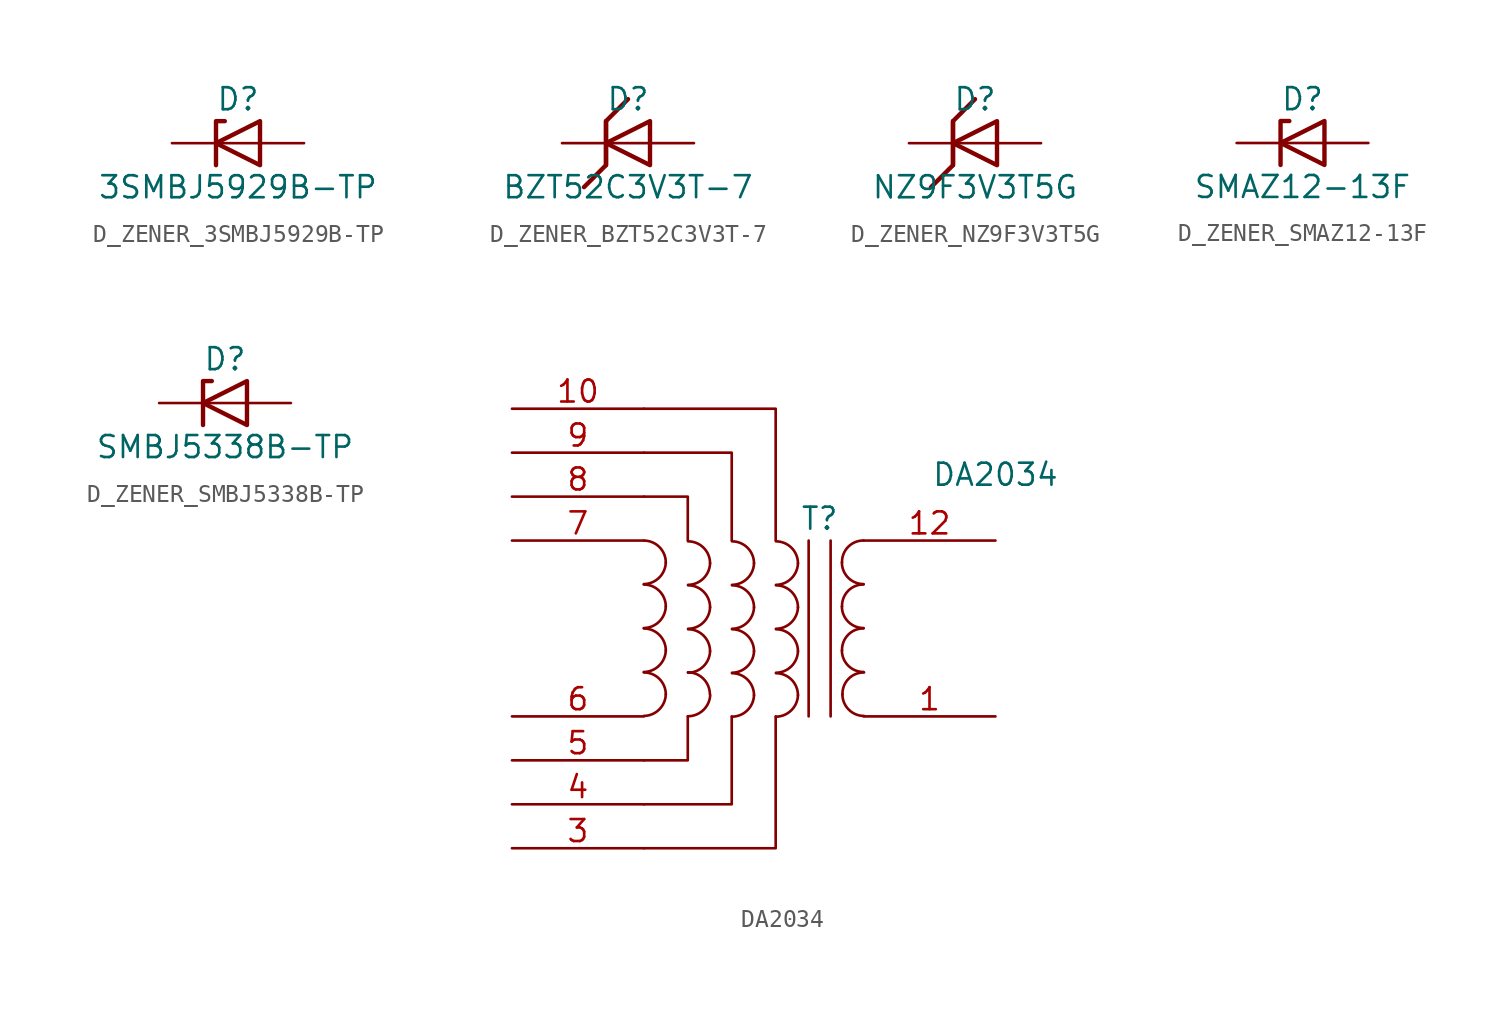
<source format=kicad_sym>
(kicad_symbol_lib
  (version 20231120)
  (generator "kicad_symbol_editor")
  (generator_version "8.0")
  (symbol "D_ZENER_3SMBJ5929B-TP"
    (pin_numbers hide)
    (pin_names
      (offset 1.016) hide)
    (property "Reference" "D"
      (at 0 2.54 0)
      (effects (font (size 1.27 1.27))))
    (property "Value" "3SMBJ5929B-TP\n"
      (at 0 -2.54 0)
      (effects (font (size 1.27 1.27))))
    (symbol "D_ZENER_3SMBJ5929B-TP_0_1"
      (polyline (pts (xy 1.27 0) (xy -1.27 0)) (stroke (width 0) (type default)) (fill (type none)))
      (polyline (pts (xy -1.27 -1.27) (xy -1.27 1.27) (xy -0.762 1.27)) (stroke (width 0.254) (type default)) (fill (type none)))
      (polyline (pts (xy 1.27 -1.27) (xy 1.27 1.27) (xy -1.27 0) (xy 1.27 -1.27)) (stroke (width 0.254) (type default)) (fill (type none))))
    (symbol "D_ZENER_3SMBJ5929B-TP_1_1"
      (pin passive line (at -3.81 0 0) (length 2.54) (name "K" (effects (font (size 1.27 1.27)))) (number "1" (effects (font (size 1.27 1.27)))))
      (pin passive line (at 3.81 0 180) (length 2.54) (name "A" (effects (font (size 1.27 1.27)))) (number "2" (effects (font (size 1.27 1.27)))))))
  (symbol "D_ZENER_BZT52C3V3T-7"
    (pin_numbers hide)
    (pin_names
      (offset 1.016) hide)
    (property "Reference" "D"
      (at 0 2.54 0)
      (effects (font (size 1.27 1.27))))
    (property "Value" "BZT52C3V3T-7"
      (at 0 -2.54 0)
      (effects (font (size 1.27 1.27))))
    (symbol "D_ZENER_BZT52C3V3T-7_0_1"
      (polyline (pts (xy 1.27 0) (xy -1.27 0)) (stroke (width 0) (type default)) (fill (type none)))
      (polyline (pts (xy -1.27 -1.27) (xy -1.27 1.27) (xy 0 2.54)) (stroke (width 0.254) (type default)) (fill (type none)))
      (polyline (pts (xy -1.27 1.27) (xy -1.27 -1.27) (xy -2.54 -2.54)) (stroke (width 0.254) (type default)) (fill (type none)))
      (polyline (pts (xy 1.27 -1.27) (xy 1.27 1.27) (xy -1.27 0) (xy 1.27 -1.27)) (stroke (width 0.254) (type default)) (fill (type none))))
    (symbol "D_ZENER_BZT52C3V3T-7_1_1"
      (pin passive line (at -3.81 0 0) (length 2.54) (name "K" (effects (font (size 1.27 1.27)))) (number "1" (effects (font (size 1.27 1.27)))))
      (pin passive line (at 3.81 0 180) (length 2.54) (name "A" (effects (font (size 1.27 1.27)))) (number "2" (effects (font (size 1.27 1.27)))))))
  (symbol "D_ZENER_NZ9F3V3T5G"
    (pin_numbers hide)
    (pin_names
      (offset 1.016) hide)
    (property "Reference" "D"
      (at 0 2.54 0)
      (effects (font (size 1.27 1.27))))
    (property "Value" "NZ9F3V3T5G"
      (at 0 -2.54 0)
      (effects (font (size 1.27 1.27))))
    (symbol "D_ZENER_NZ9F3V3T5G_0_1"
      (polyline (pts (xy 1.27 0) (xy -1.27 0)) (stroke (width 0) (type default)) (fill (type none)))
      (polyline (pts (xy -1.27 -1.27) (xy -1.27 1.27) (xy 0 2.54)) (stroke (width 0.254) (type default)) (fill (type none)))
      (polyline (pts (xy -1.27 1.27) (xy -1.27 -1.27) (xy -2.54 -2.54)) (stroke (width 0.254) (type default)) (fill (type none)))
      (polyline (pts (xy 1.27 -1.27) (xy 1.27 1.27) (xy -1.27 0) (xy 1.27 -1.27)) (stroke (width 0.254) (type default)) (fill (type none))))
    (symbol "D_ZENER_NZ9F3V3T5G_1_1"
      (pin passive line (at -3.81 0 0) (length 2.54) (name "K" (effects (font (size 1.27 1.27)))) (number "1" (effects (font (size 1.27 1.27)))))
      (pin passive line (at 3.81 0 180) (length 2.54) (name "A" (effects (font (size 1.27 1.27)))) (number "2" (effects (font (size 1.27 1.27)))))))
  (symbol "D_ZENER_SMAZ12-13F"
    (pin_numbers hide)
    (pin_names
      (offset 1.016) hide)
    (property "Reference" "D"
      (at 0 2.54 0)
      (effects (font (size 1.27 1.27))))
    (property "Value" "SMAZ12-13F"
      (at 0 -2.54 0)
      (effects (font (size 1.27 1.27))))
    (symbol "D_ZENER_SMAZ12-13F_0_1"
      (polyline (pts (xy 1.27 0) (xy -1.27 0)) (stroke (width 0) (type default)) (fill (type none)))
      (polyline (pts (xy -1.27 -1.27) (xy -1.27 1.27) (xy -0.762 1.27)) (stroke (width 0.254) (type default)) (fill (type none)))
      (polyline (pts (xy 1.27 -1.27) (xy 1.27 1.27) (xy -1.27 0) (xy 1.27 -1.27)) (stroke (width 0.254) (type default)) (fill (type none))))
    (symbol "D_ZENER_SMAZ12-13F_1_1"
      (pin passive line (at -3.81 0 0) (length 2.54) (name "K" (effects (font (size 1.27 1.27)))) (number "1" (effects (font (size 1.27 1.27)))))
      (pin passive line (at 3.81 0 180) (length 2.54) (name "A" (effects (font (size 1.27 1.27)))) (number "2" (effects (font (size 1.27 1.27)))))))
  (symbol "D_ZENER_SMBJ5338B-TP"
    (pin_numbers hide)
    (pin_names
      (offset 1.016) hide)
    (property "Reference" "D"
      (at 0 2.54 0)
      (effects (font (size 1.27 1.27))))
    (property "Value" "SMBJ5338B-TP"
      (at 0 -2.54 0)
      (effects (font (size 1.27 1.27))))
    (symbol "D_ZENER_SMBJ5338B-TP_0_1"
      (polyline (pts (xy 1.27 0) (xy -1.27 0)) (stroke (width 0) (type default)) (fill (type none)))
      (polyline (pts (xy -1.27 -1.27) (xy -1.27 1.27) (xy -0.762 1.27)) (stroke (width 0.254) (type default)) (fill (type none)))
      (polyline (pts (xy 1.27 -1.27) (xy 1.27 1.27) (xy -1.27 0) (xy 1.27 -1.27)) (stroke (width 0.254) (type default)) (fill (type none))))
    (symbol "D_ZENER_SMBJ5338B-TP_1_1"
      (pin passive line (at -3.81 0 0) (length 2.54) (name "K" (effects (font (size 1.27 1.27)))) (number "1" (effects (font (size 1.27 1.27)))))
      (pin passive line (at 3.81 0 180) (length 2.54) (name "A" (effects (font (size 1.27 1.27)))) (number "2" (effects (font (size 1.27 1.27)))))))
  (symbol "DA2034"
    (pin_names
      (offset 1.016) hide)
    (property "Reference" "T"
      (at 0 6.35 0)
      (effects (font (size 1.27 1.27))))
    (property "Value" "DA2034"
      (at 10.16 8.89 0)
      (effects (font (size 1.27 1.27))))
    (symbol "DA2034_0_1"
      (arc (start -10.16 -5.0546) (mid -9.2761 -4.6863) (end -8.89 -3.81) (stroke (width 0) (type default)) (fill (type none)))
      (arc (start -10.16 -2.5146) (mid -9.2761 -2.1463) (end -8.89 -1.27) (stroke (width 0) (type default)) (fill (type none)))
      (arc (start -10.16 0.0254) (mid -9.2761 0.3937) (end -8.89 1.27) (stroke (width 0) (type default)) (fill (type none)))
      (arc (start -10.16 2.5654) (mid -9.2761 2.9337) (end -8.89 3.81) (stroke (width 0) (type default)) (fill (type none)))
      (arc (start -8.89 -3.81) (mid -9.262 -2.912) (end -10.16 -2.54) (stroke (width 0) (type default)) (fill (type none)))
      (arc (start -8.89 -1.27) (mid -9.262 -0.372) (end -10.16 0) (stroke (width 0) (type default)) (fill (type none)))
      (arc (start -8.89 1.27) (mid -9.262 2.168) (end -10.16 2.54) (stroke (width 0) (type default)) (fill (type none)))
      (arc (start -8.89 3.81) (mid -9.262 4.708) (end -10.16 5.08) (stroke (width 0) (type default)) (fill (type none)))
      (arc (start -7.6116 -5.0716) (mid -6.7226 -4.7162) (end -6.3233 -3.8459) (stroke (width 0) (type default)) (fill (type none)))
      (arc (start -7.6017 -2.5589) (mid -6.7178 -2.1906) (end -6.3317 -1.3143) (stroke (width 0) (type default)) (fill (type none)))
      (arc (start -7.6017 -0.0189) (mid -6.7178 0.3494) (end -6.3317 1.2257) (stroke (width 0) (type default)) (fill (type none)))
      (arc (start -7.6017 2.5211) (mid -6.7178 2.8894) (end -6.3317 3.7657) (stroke (width 0) (type default)) (fill (type none)))
      (arc (start -6.3416 -3.8016) (mid -6.716 -2.906) (end -7.6116 -2.5316) (stroke (width 0) (type default)) (fill (type none)))
      (arc (start -6.3317 -1.3143) (mid -6.7037 -0.4163) (end -7.6017 -0.0443) (stroke (width 0) (type default)) (fill (type none)))
      (arc (start -6.3317 1.2257) (mid -6.7037 2.1237) (end -7.6017 2.4957) (stroke (width 0) (type default)) (fill (type none)))
      (arc (start -6.3317 3.7657) (mid -6.7037 4.6637) (end -7.6017 5.0357) (stroke (width 0) (type default)) (fill (type none)))
      (arc (start -5.0617 -5.0989) (mid -4.1778 -4.7306) (end -3.7917 -3.8543) (stroke (width 0) (type default)) (fill (type none)))
      (arc (start -5.0617 -2.5589) (mid -4.1778 -2.1906) (end -3.7917 -1.3143) (stroke (width 0) (type default)) (fill (type none)))
      (arc (start -5.0617 -0.0189) (mid -4.1778 0.3494) (end -3.7917 1.2257) (stroke (width 0) (type default)) (fill (type none)))
      (arc (start -5.0617 2.5211) (mid -4.1778 2.8894) (end -3.7917 3.7657) (stroke (width 0) (type default)) (fill (type none)))
      (arc (start -3.7917 -3.8543) (mid -4.1637 -2.9563) (end -5.0617 -2.5843) (stroke (width 0) (type default)) (fill (type none)))
      (arc (start -3.7917 -1.3143) (mid -4.1637 -0.4163) (end -5.0617 -0.0443) (stroke (width 0) (type default)) (fill (type none)))
      (arc (start -3.7917 1.2257) (mid -4.1637 2.1237) (end -5.0617 2.4957) (stroke (width 0) (type default)) (fill (type none)))
      (arc (start -3.7917 3.7657) (mid -4.1637 4.6637) (end -5.0617 5.0357) (stroke (width 0) (type default)) (fill (type none)))
      (arc (start -2.5217 -5.0989) (mid -1.6378 -4.7306) (end -1.2517 -3.8543) (stroke (width 0) (type default)) (fill (type none)))
      (arc (start -2.5217 -2.5589) (mid -1.6378 -2.1906) (end -1.2517 -1.3143) (stroke (width 0) (type default)) (fill (type none)))
      (arc (start -2.5217 -0.0189) (mid -1.6378 0.3494) (end -1.2517 1.2257) (stroke (width 0) (type default)) (fill (type none)))
      (arc (start -2.5217 2.5211) (mid -1.6378 2.8894) (end -1.2517 3.7657) (stroke (width 0) (type default)) (fill (type none)))
      (arc (start -1.2517 -3.8543) (mid -1.6237 -2.9563) (end -2.5217 -2.5843) (stroke (width 0) (type default)) (fill (type none)))
      (arc (start -1.2517 -1.3143) (mid -1.6237 -0.4163) (end -2.5217 -0.0443) (stroke (width 0) (type default)) (fill (type none)))
      (arc (start -1.2517 1.2257) (mid -1.6237 2.1237) (end -2.5217 2.4957) (stroke (width 0) (type default)) (fill (type none)))
      (arc (start -1.2517 3.7657) (mid -1.6237 4.6637) (end -2.5217 5.0357) (stroke (width 0) (type default)) (fill (type none)))
      (polyline (pts (xy -0.635 5.08) (xy -0.635 -5.08)) (stroke (width 0) (type default)) (fill (type none)))
      (polyline (pts (xy 0.635 -5.08) (xy 0.635 5.08)) (stroke (width 0) (type default)) (fill (type none)))
      (polyline (pts (xy -10.16 -12.7) (xy -2.54 -12.7) (xy -2.54 -5.08)) (stroke (width 0) (type default)) (fill (type none)))
      (polyline (pts (xy -10.16 -7.62) (xy -7.62 -7.62) (xy -7.62 -5.08)) (stroke (width 0) (type default)) (fill (type none)))
      (polyline (pts (xy -10.16 7.62) (xy -7.62 7.62) (xy -7.62 5.08)) (stroke (width 0) (type default)) (fill (type none)))
      (polyline (pts (xy -10.16 12.7) (xy -2.54 12.7) (xy -2.54 5.08)) (stroke (width 0) (type default)) (fill (type none)))
      (polyline (pts (xy -5.08 -5.08) (xy -5.08 -10.16) (xy -10.16 -10.16)) (stroke (width 0) (type default)) (fill (type none)))
      (polyline (pts (xy -5.08 5.08) (xy -5.08 10.16) (xy -10.16 10.16)) (stroke (width 0) (type default)) (fill (type none)))
      (arc (start 1.2954 -1.27) (mid 1.6599 -2.1501) (end 2.54 -2.5146) (stroke (width 0) (type default)) (fill (type none)))
      (arc (start 1.2954 1.27) (mid 1.6599 0.3899) (end 2.54 0.0254) (stroke (width 0) (type default)) (fill (type none)))
      (arc (start 1.2954 3.81) (mid 1.6599 2.9299) (end 2.54 2.5654) (stroke (width 0) (type default)) (fill (type none)))
      (arc (start 1.3208 -3.81) (mid 1.6853 -4.6901) (end 2.5654 -5.0546) (stroke (width 0) (type default)) (fill (type none)))
      (arc (start 2.54 0) (mid 1.642 -0.372) (end 1.2954 -1.27) (stroke (width 0) (type default)) (fill (type none)))
      (arc (start 2.54 2.54) (mid 1.642 2.168) (end 1.2954 1.27) (stroke (width 0) (type default)) (fill (type none)))
      (arc (start 2.54 5.08) (mid 1.642 4.708) (end 1.2954 3.81) (stroke (width 0) (type default)) (fill (type none)))
      (arc (start 2.5654 -2.54) (mid 1.6674 -2.912) (end 1.3208 -3.81) (stroke (width 0) (type default)) (fill (type none))))
    (symbol "DA2034_1_1"
      (pin passive line (at 10.16 -5.08 180) (length 7.62) (name "SB" (effects (font (size 1.27 1.27)))) (number "1" (effects (font (size 1.27 1.27)))))
      (pin passive line (at -17.78 12.7 0) (length 7.62) (name "AA" (effects (font (size 1.27 1.27)))) (number "10" (effects (font (size 1.27 1.27)))))
      (pin no_connect line (at -17.78 2.54 0) (length 5) hide (name "AA" (effects (font (size 1.27 1.27)))) (number "11" (effects (font (size 1.27 1.27)))))
      (pin passive line (at 10.16 5.08 180) (length 7.62) (name "SB" (effects (font (size 1.27 1.27)))) (number "12" (effects (font (size 1.27 1.27)))))
      (pin no_connect line (at -17.78 -2.54 0) (length 5) hide (name "AA" (effects (font (size 1.27 1.27)))) (number "2" (effects (font (size 1.27 1.27)))))
      (pin passive line (at -17.78 -12.7 0) (length 7.62) (name "AB" (effects (font (size 1.27 1.27)))) (number "3" (effects (font (size 1.27 1.27)))))
      (pin passive line (at -17.78 -10.16 0) (length 7.62) (name "AB" (effects (font (size 1.27 1.27)))) (number "4" (effects (font (size 1.27 1.27)))))
      (pin passive line (at -17.78 -7.62 0) (length 7.62) (name "AB" (effects (font (size 1.27 1.27)))) (number "5" (effects (font (size 1.27 1.27)))))
      (pin passive line (at -17.78 -5.08 0) (length 7.62) (name "AA" (effects (font (size 1.27 1.27)))) (number "6" (effects (font (size 1.27 1.27)))))
      (pin passive line (at -17.78 5.08 0) (length 7.62) (name "AA" (effects (font (size 1.27 1.27)))) (number "7" (effects (font (size 1.27 1.27)))))
      (pin passive line (at -17.78 7.62 0) (length 7.62) (name "AA" (effects (font (size 1.27 1.27)))) (number "8" (effects (font (size 1.27 1.27)))))
      (pin passive line (at -17.78 10.16 0) (length 7.62) (name "AA" (effects (font (size 1.27 1.27)))) (number "9" (effects (font (size 1.27 1.27))))))))
</source>
